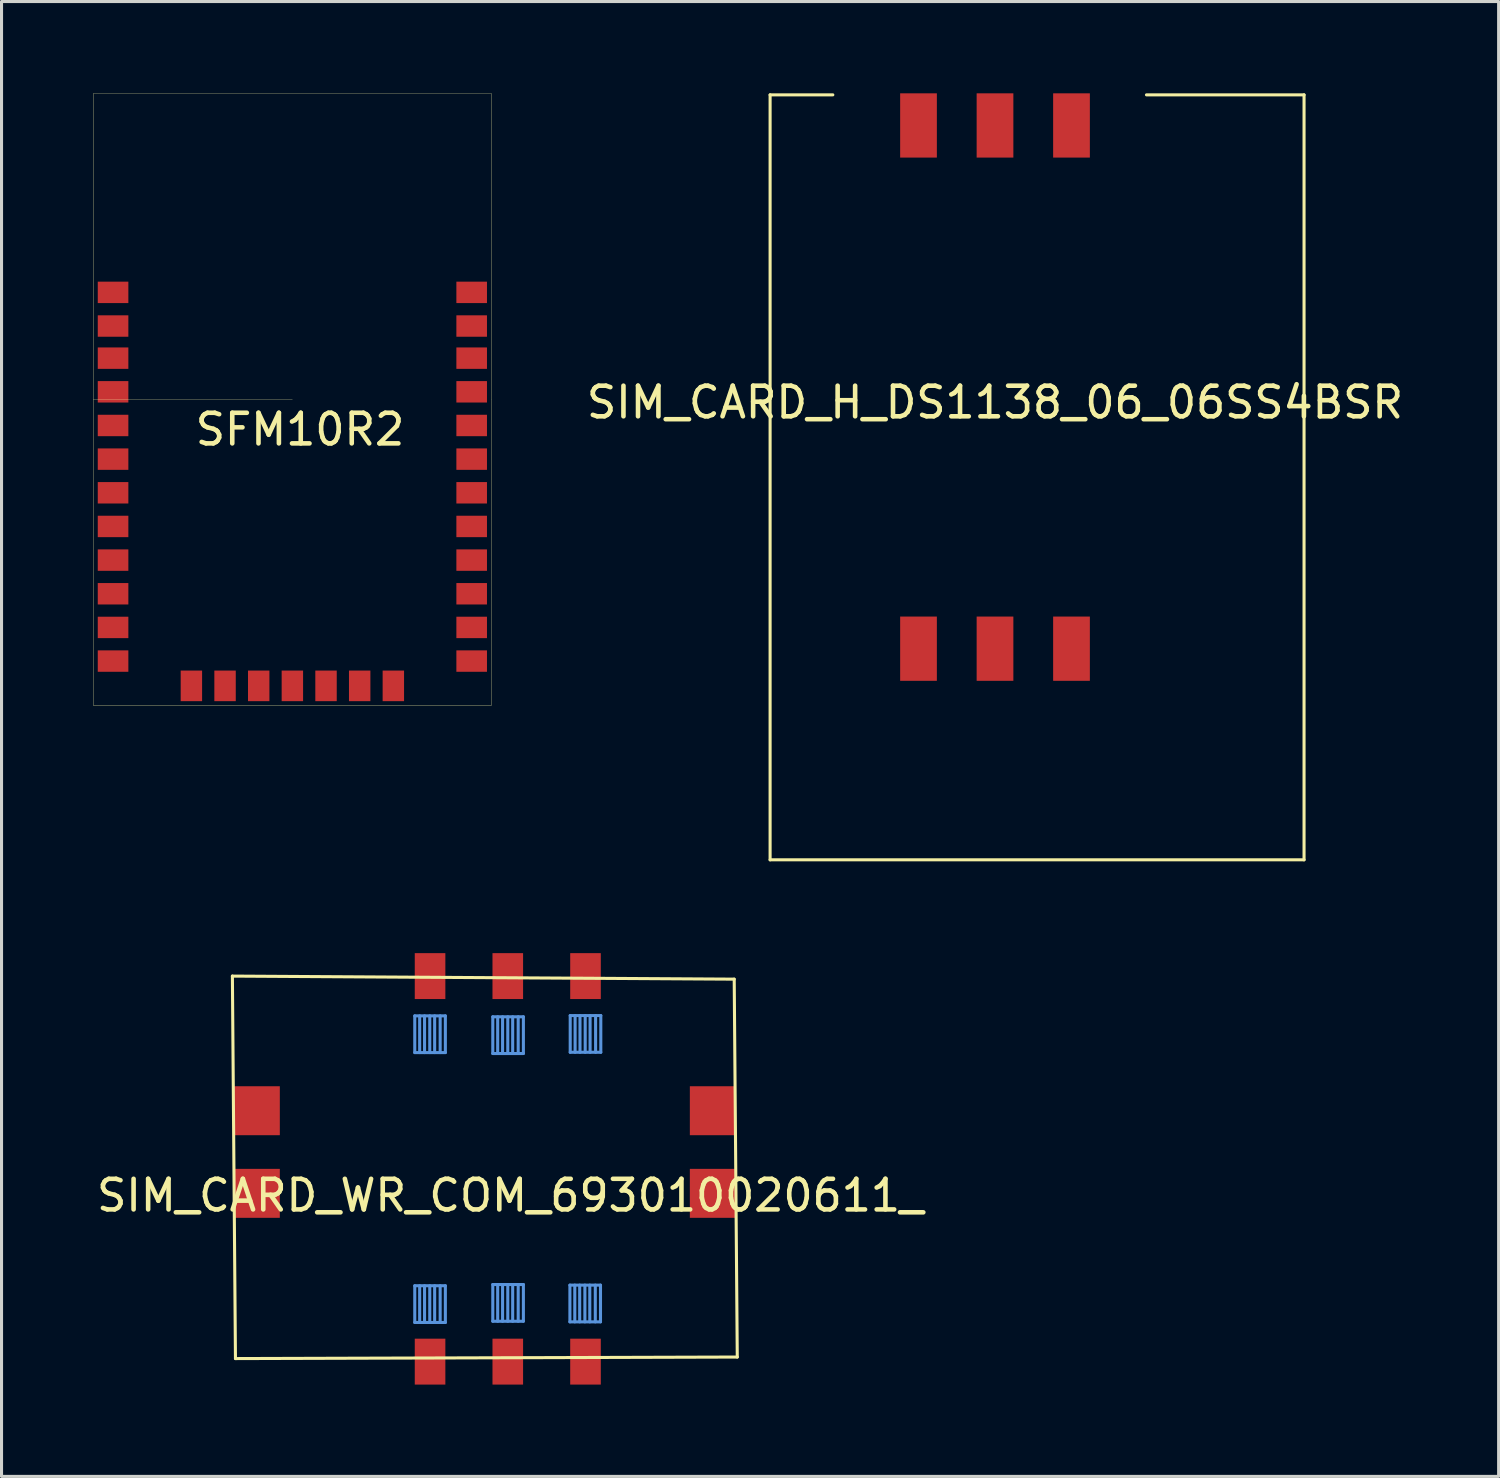
<source format=kicad_pcb>
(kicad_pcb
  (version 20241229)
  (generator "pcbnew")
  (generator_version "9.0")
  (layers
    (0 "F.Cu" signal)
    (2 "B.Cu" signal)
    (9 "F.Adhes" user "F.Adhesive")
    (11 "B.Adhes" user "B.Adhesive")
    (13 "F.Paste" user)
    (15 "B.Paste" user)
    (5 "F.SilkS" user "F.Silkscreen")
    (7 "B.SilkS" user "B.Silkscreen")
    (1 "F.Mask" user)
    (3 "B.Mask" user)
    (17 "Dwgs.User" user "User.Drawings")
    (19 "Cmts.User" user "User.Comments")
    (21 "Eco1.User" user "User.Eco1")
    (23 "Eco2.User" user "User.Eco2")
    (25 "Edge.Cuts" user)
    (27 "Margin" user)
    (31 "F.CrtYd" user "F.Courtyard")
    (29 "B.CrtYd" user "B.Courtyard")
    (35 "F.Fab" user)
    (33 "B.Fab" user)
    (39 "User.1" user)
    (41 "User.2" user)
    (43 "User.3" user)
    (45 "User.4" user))
  (footprint "SIM_CARD_H_DS1138_06_06SS4BSR"
    (layer "F.Cu")
    (at 29.468 9.6)
    (property "Reference" "SIM_CARD_H_DS1138_06_06SS4BSR" (at 0 0.5 0) (layer "F.SilkS") (effects (font (size 1 1) (thickness 0.15))))
    (attr through_hole)
    (fp_line (start -7.35 -9.55) (end -5.3 -9.55) (stroke (width 0.1) (type solid)) (layer "F.SilkS"))
    (fp_line (start -7.35 15.45) (end -7.35 -9.55) (stroke (width 0.1) (type solid)) (layer "F.SilkS"))
    (fp_line (start -7.35 15.45) (end 10.1 15.45) (stroke (width 0.1) (type solid)) (layer "F.SilkS"))
    (fp_line (start 10.1 -9.55) (end 4.95 -9.55) (stroke (width 0.1) (type solid)) (layer "F.SilkS"))
    (fp_line (start 10.1 -9.55) (end 10.1 15.45) (stroke (width 0.1) (type solid)) (layer "F.SilkS"))
    (pad "1" smd rect (at -2.5 -8.55) (size 1.2 2.1) (layers "F.Cu" "F.Mask" "F.Paste"))
    (pad "2" smd rect (at 0 -8.55) (size 1.2 2.1) (layers "F.Cu" "F.Mask" "F.Paste"))
    (pad "3" smd rect (at 2.5 -8.55) (size 1.2 2.1) (layers "F.Cu" "F.Mask" "F.Paste"))
    (pad "5" smd rect (at -2.5 8.55) (size 1.2 2.1) (layers "F.Cu" "F.Mask" "F.Paste"))
    (pad "6" smd rect (at 0 8.55) (size 1.2 2.1) (layers "F.Cu" "F.Mask" "F.Paste"))
    (pad "7" smd rect (at 2.5 8.55) (size 1.2 2.1) (layers "F.Cu" "F.Mask" "F.Paste")))
  (footprint "SFM10R2"
    (layer "F.Cu")
    (at 6.505 10.005)
    (property "Reference" "SFM10R2" (at 0.25 0.98 0) (layer "F.SilkS") (effects (font (size 1 1) (thickness 0.15))))
    (attr through_hole)
    (fp_line (start -6.5 -10) (end -6.5 0) (stroke (width 0.01) (type solid)) (layer "F.SilkS"))
    (fp_line (start -6.5 -10) (end 6.5 -10) (stroke (width 0.01) (type solid)) (layer "F.SilkS"))
    (fp_line (start -6.5 10) (end -6.5 0) (stroke (width 0.01) (type solid)) (layer "F.SilkS"))
    (fp_line (start -6.5 10) (end 6.5 10) (stroke (width 0.01) (type solid)) (layer "F.SilkS"))
    (fp_line (start 0 0) (end -6.5 0) (stroke (width 0.01) (type solid)) (layer "F.SilkS"))
    (fp_line (start 6.5 0) (end 6.5 -10) (stroke (width 0.01) (type solid)) (layer "F.SilkS"))
    (fp_line (start 6.5 10) (end 6.5 0) (stroke (width 0.01) (type solid)) (layer "F.SilkS"))
    (pad "1" smd rect (at -5.86 -3.5) (size 1 0.7) (layers "F.Cu" "F.Mask" "F.Paste"))
    (pad "2" smd rect (at -5.86 -2.4) (size 1 0.7) (layers "F.Cu" "F.Mask" "F.Paste"))
    (pad "3" smd rect (at -5.86 -1.35) (size 1 0.7) (layers "F.Cu" "F.Mask" "F.Paste"))
    (pad "4" smd rect (at -5.86 -0.25) (size 1 0.7) (layers "F.Cu" "F.Mask" "F.Paste"))
    (pad "5" smd rect (at -5.86 0.85) (size 1 0.7) (layers "F.Cu" "F.Mask" "F.Paste"))
    (pad "6" smd rect (at -5.86 1.95) (size 1 0.7) (layers "F.Cu" "F.Mask" "F.Paste"))
    (pad "7" smd rect (at -5.86 3.05) (size 1 0.7) (layers "F.Cu" "F.Mask" "F.Paste"))
    (pad "8" smd rect (at -5.86 4.15) (size 1 0.7) (layers "F.Cu" "F.Mask" "F.Paste"))
    (pad "9" smd rect (at -5.86 5.25) (size 1 0.7) (layers "F.Cu" "F.Mask" "F.Paste"))
    (pad "10" smd rect (at -5.86 6.35) (size 1 0.7) (layers "F.Cu" "F.Mask" "F.Paste"))
    (pad "11" smd rect (at -5.86 7.45) (size 1 0.7) (layers "F.Cu" "F.Mask" "F.Paste"))
    (pad "12" smd rect (at -5.86 8.55) (size 1 0.7) (layers "F.Cu" "F.Mask" "F.Paste"))
    (pad "13" smd rect (at -3.3 9.36 90) (size 1 0.7) (layers "F.Cu" "F.Mask" "F.Paste"))
    (pad "14" smd rect (at -2.2 9.36 90) (size 1 0.7) (layers "F.Cu" "F.Mask" "F.Paste"))
    (pad "15" smd rect (at -1.1 9.36 90) (size 1 0.7) (layers "F.Cu" "F.Mask" "F.Paste"))
    (pad "16" smd rect (at 0 9.36 90) (size 1 0.7) (layers "F.Cu" "F.Mask" "F.Paste"))
    (pad "17" smd rect (at 1.1 9.36 90) (size 1 0.7) (layers "F.Cu" "F.Mask" "F.Paste"))
    (pad "18" smd rect (at 2.2 9.36 90) (size 1 0.7) (layers "F.Cu" "F.Mask" "F.Paste"))
    (pad "19" smd rect (at 3.3 9.36 90) (size 1 0.7) (layers "F.Cu" "F.Mask" "F.Paste"))
    (pad "20" smd rect (at 5.86 8.55) (size 1 0.7) (layers "F.Cu" "F.Mask" "F.Paste"))
    (pad "21" smd rect (at 5.86 7.45) (size 1 0.7) (layers "F.Cu" "F.Mask" "F.Paste"))
    (pad "22" smd rect (at 5.86 6.35) (size 1 0.7) (layers "F.Cu" "F.Mask" "F.Paste"))
    (pad "23" smd rect (at 5.86 5.25) (size 1 0.7) (layers "F.Cu" "F.Mask" "F.Paste"))
    (pad "24" smd rect (at 5.86 4.15) (size 1 0.7) (layers "F.Cu" "F.Mask" "F.Paste"))
    (pad "25" smd rect (at 5.86 3.05) (size 1 0.7) (layers "F.Cu" "F.Mask" "F.Paste"))
    (pad "26" smd rect (at 5.86 1.95) (size 1 0.7) (layers "F.Cu" "F.Mask" "F.Paste"))
    (pad "27" smd rect (at 5.86 0.85) (size 1 0.7) (layers "F.Cu" "F.Mask" "F.Paste"))
    (pad "28" smd rect (at 5.86 -0.25) (size 1 0.7) (layers "F.Cu" "F.Mask" "F.Paste"))
    (pad "29" smd rect (at 5.86 -1.35) (size 1 0.7) (layers "F.Cu" "F.Mask" "F.Paste"))
    (pad "30" smd rect (at 5.86 -2.4) (size 1 0.7) (layers "F.Cu" "F.Mask" "F.Paste"))
    (pad "31" smd rect (at 5.86 -3.5) (size 1 0.7) (layers "F.Cu" "F.Mask" "F.Paste")))
  (footprint "SIM_CARD_WR_COM_693010020611_"
    (layer "F.Cu")
    (at 13.545 35.15)
    (property "Reference" "SIM_CARD_WR_COM_693010020611_" (at 0.08 0.87 0) (layer "F.SilkS") (effects (font (size 1 1) (thickness 0.15))))
    (attr through_hole)
    (fp_line (start -9 -6.3) (end 7.4 -6.2) (stroke (width 0.1) (type solid)) (layer "F.SilkS"))
    (fp_line (start -8.9 6.2) (end -9 -6.3) (stroke (width 0.1) (type solid)) (layer "F.SilkS"))
    (fp_line (start -8.9 6.2) (end 7.5 6.15) (stroke (width 0.1) (type solid)) (layer "F.SilkS"))
    (fp_line (start 7.4 -6.2) (end 7.5 6.15) (stroke (width 0.1) (type solid)) (layer "F.SilkS"))
    (fp_line (start -3.04 -5) (end -2.04 -5) (stroke (width 0.1) (type solid)) (layer "Cmts.User"))
    (fp_line (start -3.04 -3.8) (end -3.04 -5) (stroke (width 0.1) (type solid)) (layer "Cmts.User"))
    (fp_line (start -3.04 3.82) (end -2.04 3.82) (stroke (width 0.1) (type solid)) (layer "Cmts.User"))
    (fp_line (start -3.04 5.02) (end -3.04 3.82) (stroke (width 0.1) (type solid)) (layer "Cmts.User"))
    (fp_line (start -2.88 -3.8) (end -2.88 -5) (stroke (width 0.1) (type solid)) (layer "Cmts.User"))
    (fp_line (start -2.88 5.02) (end -2.88 3.82) (stroke (width 0.1) (type solid)) (layer "Cmts.User"))
    (fp_line (start -2.72 -3.8) (end -2.72 -5) (stroke (width 0.1) (type solid)) (layer "Cmts.User"))
    (fp_line (start -2.72 5.02) (end -2.72 3.82) (stroke (width 0.1) (type solid)) (layer "Cmts.User"))
    (fp_line (start -2.55 -3.8) (end -2.55 -5) (stroke (width 0.1) (type solid)) (layer "Cmts.User"))
    (fp_line (start -2.55 5.02) (end -2.55 3.82) (stroke (width 0.1) (type solid)) (layer "Cmts.User"))
    (fp_line (start -2.39 -3.8) (end -2.39 -5) (stroke (width 0.1) (type solid)) (layer "Cmts.User"))
    (fp_line (start -2.39 5.02) (end -2.39 3.82) (stroke (width 0.1) (type solid)) (layer "Cmts.User"))
    (fp_line (start -2.21 -3.8) (end -2.21 -5) (stroke (width 0.1) (type solid)) (layer "Cmts.User"))
    (fp_line (start -2.21 5.02) (end -2.21 3.82) (stroke (width 0.1) (type solid)) (layer "Cmts.User"))
    (fp_line (start -2.04 -5) (end -2.04 -3.8) (stroke (width 0.1) (type solid)) (layer "Cmts.User"))
    (fp_line (start -2.04 -3.8) (end -3.04 -3.8) (stroke (width 0.1) (type solid)) (layer "Cmts.User"))
    (fp_line (start -2.04 3.82) (end -2.04 5.02) (stroke (width 0.1) (type solid)) (layer "Cmts.User"))
    (fp_line (start -2.04 5.02) (end -3.04 5.02) (stroke (width 0.1) (type solid)) (layer "Cmts.User"))
    (fp_line (start -0.49 -4.97) (end 0.51 -4.97) (stroke (width 0.1) (type solid)) (layer "Cmts.User"))
    (fp_line (start -0.49 -3.77) (end -0.49 -4.97) (stroke (width 0.1) (type solid)) (layer "Cmts.User"))
    (fp_line (start -0.49 3.78) (end 0.51 3.78) (stroke (width 0.1) (type solid)) (layer "Cmts.User"))
    (fp_line (start -0.49 4.98) (end -0.49 3.78) (stroke (width 0.1) (type solid)) (layer "Cmts.User"))
    (fp_line (start -0.33 -3.77) (end -0.33 -4.97) (stroke (width 0.1) (type solid)) (layer "Cmts.User"))
    (fp_line (start -0.33 4.98) (end -0.33 3.78) (stroke (width 0.1) (type solid)) (layer "Cmts.User"))
    (fp_line (start -0.17 -3.77) (end -0.17 -4.97) (stroke (width 0.1) (type solid)) (layer "Cmts.User"))
    (fp_line (start -0.17 4.98) (end -0.17 3.78) (stroke (width 0.1) (type solid)) (layer "Cmts.User"))
    (fp_line (start 0 -3.77) (end 0 -4.97) (stroke (width 0.1) (type solid)) (layer "Cmts.User"))
    (fp_line (start 0 4.98) (end 0 3.78) (stroke (width 0.1) (type solid)) (layer "Cmts.User"))
    (fp_line (start 0.16 -3.77) (end 0.16 -4.97) (stroke (width 0.1) (type solid)) (layer "Cmts.User"))
    (fp_line (start 0.16 4.98) (end 0.16 3.78) (stroke (width 0.1) (type solid)) (layer "Cmts.User"))
    (fp_line (start 0.34 -3.77) (end 0.34 -4.97) (stroke (width 0.1) (type solid)) (layer "Cmts.User"))
    (fp_line (start 0.34 4.98) (end 0.34 3.78) (stroke (width 0.1) (type solid)) (layer "Cmts.User"))
    (fp_line (start 0.51 -4.97) (end 0.51 -3.77) (stroke (width 0.1) (type solid)) (layer "Cmts.User"))
    (fp_line (start 0.51 -3.77) (end -0.49 -3.77) (stroke (width 0.1) (type solid)) (layer "Cmts.User"))
    (fp_line (start 0.51 3.78) (end 0.51 4.98) (stroke (width 0.1) (type solid)) (layer "Cmts.User"))
    (fp_line (start 0.51 4.98) (end -0.49 4.98) (stroke (width 0.1) (type solid)) (layer "Cmts.User"))
    (fp_line (start 2.03 3.8) (end 3.03 3.8) (stroke (width 0.1) (type solid)) (layer "Cmts.User"))
    (fp_line (start 2.03 5) (end 2.03 3.8) (stroke (width 0.1) (type solid)) (layer "Cmts.User"))
    (fp_line (start 2.04 -5.01) (end 3.04 -5.01) (stroke (width 0.1) (type solid)) (layer "Cmts.User"))
    (fp_line (start 2.04 -3.81) (end 2.04 -5.01) (stroke (width 0.1) (type solid)) (layer "Cmts.User"))
    (fp_line (start 2.19 5) (end 2.19 3.8) (stroke (width 0.1) (type solid)) (layer "Cmts.User"))
    (fp_line (start 2.2 -3.81) (end 2.2 -5.01) (stroke (width 0.1) (type solid)) (layer "Cmts.User"))
    (fp_line (start 2.35 5) (end 2.35 3.8) (stroke (width 0.1) (type solid)) (layer "Cmts.User"))
    (fp_line (start 2.36 -3.81) (end 2.36 -5.01) (stroke (width 0.1) (type solid)) (layer "Cmts.User"))
    (fp_line (start 2.52 5) (end 2.52 3.8) (stroke (width 0.1) (type solid)) (layer "Cmts.User"))
    (fp_line (start 2.53 -3.81) (end 2.53 -5.01) (stroke (width 0.1) (type solid)) (layer "Cmts.User"))
    (fp_line (start 2.68 5) (end 2.68 3.8) (stroke (width 0.1) (type solid)) (layer "Cmts.User"))
    (fp_line (start 2.69 -3.81) (end 2.69 -5.01) (stroke (width 0.1) (type solid)) (layer "Cmts.User"))
    (fp_line (start 2.86 5) (end 2.86 3.8) (stroke (width 0.1) (type solid)) (layer "Cmts.User"))
    (fp_line (start 2.87 -3.81) (end 2.87 -5.01) (stroke (width 0.1) (type solid)) (layer "Cmts.User"))
    (fp_line (start 3.03 3.8) (end 3.03 5) (stroke (width 0.1) (type solid)) (layer "Cmts.User"))
    (fp_line (start 3.03 5) (end 2.03 5) (stroke (width 0.1) (type solid)) (layer "Cmts.User"))
    (fp_line (start 3.04 -5.01) (end 3.04 -3.81) (stroke (width 0.1) (type solid)) (layer "Cmts.User"))
    (fp_line (start 3.04 -3.81) (end 2.04 -3.81) (stroke (width 0.1) (type solid)) (layer "Cmts.User"))
    (pad "1" smd rect (at -2.54 -6.3) (size 1 1.5) (layers "F.Cu" "F.Mask" "F.Paste"))
    (pad "2" smd rect (at 0 -6.3) (size 1 1.5) (layers "F.Cu" "F.Mask" "F.Paste"))
    (pad "3" smd rect (at 2.54 -6.3) (size 1 1.5) (layers "F.Cu" "F.Mask" "F.Paste"))
    (pad "5" smd rect (at -2.54 6.3) (size 1 1.5) (layers "F.Cu" "F.Mask" "F.Paste"))
    (pad "6" smd rect (at 0 6.3) (size 1 1.5) (layers "F.Cu" "F.Mask" "F.Paste"))
    (pad "7" smd rect (at 2.54 6.3) (size 1 1.5) (layers "F.Cu" "F.Mask" "F.Paste"))
    (pad "8" smd rect (at 6.7 0.8) (size 1.5 1.6) (layers "F.Cu" "F.Mask" "F.Paste"))
    (pad "9" smd rect (at 6.7 -1.9) (size 1.5 1.6) (layers "F.Cu" "F.Mask" "F.Paste"))
    (pad "10" smd rect (at -8.2 0.8) (size 1.5 1.6) (layers "F.Cu" "F.Mask" "F.Paste"))
    (pad "11" smd rect (at -8.2 -1.9) (size 1.5 1.6) (layers "F.Cu" "F.Mask" "F.Paste")))
  (gr_rect
    (start -3 -3)
    (end 45.927 45.2)
    (stroke (width 0.1) (type default))
    (fill no)
    (layer "Edge.Cuts")))
</source>
